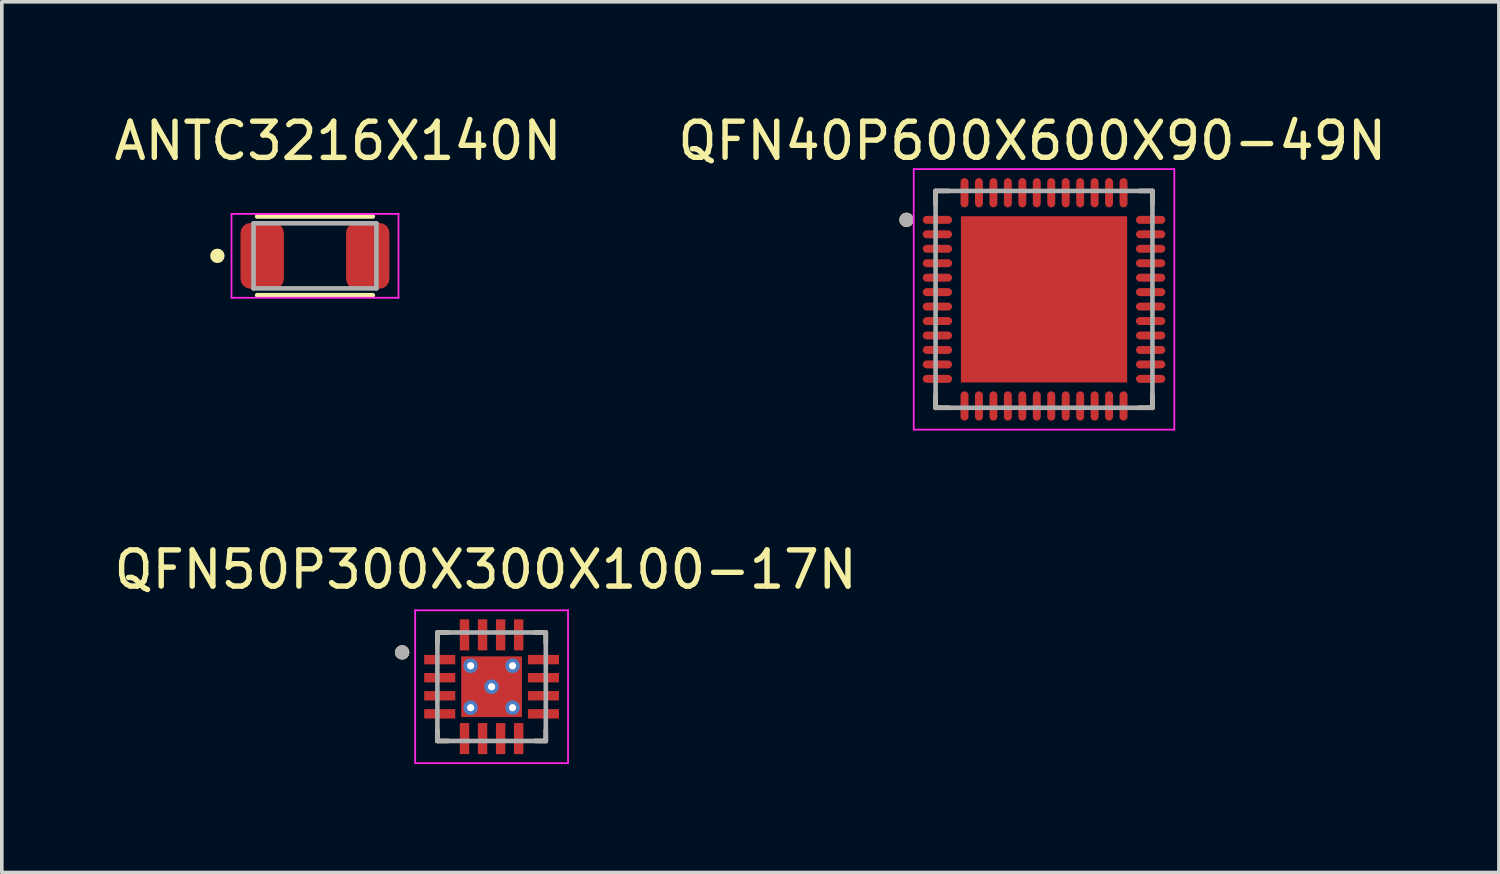
<source format=kicad_pcb>
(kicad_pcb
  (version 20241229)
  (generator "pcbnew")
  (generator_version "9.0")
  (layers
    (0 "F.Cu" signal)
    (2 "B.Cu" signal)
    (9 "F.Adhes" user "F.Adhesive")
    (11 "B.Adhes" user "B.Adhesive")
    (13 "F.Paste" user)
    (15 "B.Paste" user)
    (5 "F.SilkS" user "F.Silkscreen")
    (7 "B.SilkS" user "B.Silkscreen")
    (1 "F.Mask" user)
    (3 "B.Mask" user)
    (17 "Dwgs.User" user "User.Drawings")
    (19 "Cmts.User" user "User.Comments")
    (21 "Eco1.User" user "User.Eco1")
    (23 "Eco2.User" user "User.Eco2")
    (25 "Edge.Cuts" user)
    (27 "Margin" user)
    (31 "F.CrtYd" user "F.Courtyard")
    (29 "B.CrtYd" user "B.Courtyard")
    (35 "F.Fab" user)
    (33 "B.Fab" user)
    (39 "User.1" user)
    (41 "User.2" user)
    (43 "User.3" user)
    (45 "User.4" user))
  (footprint "QFN40P600X600X90-49N"
    (layer "F.Cu")
    (at 25.837 5.233)
    (property "Reference" "QFN40P600X600X90-49N" (at -0.325 -4.385 0) (layer "F.SilkS") (effects (font (size 1 1) (thickness 0.15))))
    (attr smd)
    (fp_line (start -3 -3) (end -2.63 -3) (stroke (width 0.127) (type solid)) (layer "F.SilkS"))
    (fp_line (start -3 -2.63) (end -3 -3) (stroke (width 0.127) (type solid)) (layer "F.SilkS"))
    (fp_line (start -3 3) (end -3 2.63) (stroke (width 0.127) (type solid)) (layer "F.SilkS"))
    (fp_line (start -2.63 3) (end -3 3) (stroke (width 0.127) (type solid)) (layer "F.SilkS"))
    (fp_line (start 2.63 -3) (end 3 -3) (stroke (width 0.127) (type solid)) (layer "F.SilkS"))
    (fp_line (start 3 -3) (end 3 -2.63) (stroke (width 0.127) (type solid)) (layer "F.SilkS"))
    (fp_line (start 3 2.63) (end 3 3) (stroke (width 0.127) (type solid)) (layer "F.SilkS"))
    (fp_line (start 3 3) (end 2.63 3) (stroke (width 0.127) (type solid)) (layer "F.SilkS"))
    (fp_circle (center -3.805 -2.2) (end -3.705 -2.2) (stroke (width 0.2) (type solid)) (fill no) (layer "F.SilkS"))
    (fp_poly (pts (xy -1.965 -1.965) (xy -0.335 -1.965) (xy -0.335 -0.335) (xy -1.965 -0.335)) (stroke (width 0.01) (type solid)) (fill yes) (layer "F.Paste"))
    (fp_poly (pts (xy -1.965 0.335) (xy -0.335 0.335) (xy -0.335 1.965) (xy -1.965 1.965)) (stroke (width 0.01) (type solid)) (fill yes) (layer "F.Paste"))
    (fp_poly (pts (xy 0.335 -1.965) (xy 1.965 -1.965) (xy 1.965 -0.335) (xy 0.335 -0.335)) (stroke (width 0.01) (type solid)) (fill yes) (layer "F.Paste"))
    (fp_poly (pts (xy 0.335 0.335) (xy 1.965 0.335) (xy 1.965 1.965) (xy 0.335 1.965)) (stroke (width 0.01) (type solid)) (fill yes) (layer "F.Paste"))
    (fp_line (start -3.605 -3.605) (end 3.605 -3.605) (stroke (width 0.05) (type solid)) (layer "F.CrtYd"))
    (fp_line (start -3.605 3.605) (end -3.605 -3.605) (stroke (width 0.05) (type solid)) (layer "F.CrtYd"))
    (fp_line (start 3.605 -3.605) (end 3.605 3.605) (stroke (width 0.05) (type solid)) (layer "F.CrtYd"))
    (fp_line (start 3.605 3.605) (end -3.605 3.605) (stroke (width 0.05) (type solid)) (layer "F.CrtYd"))
    (fp_line (start -3 -3) (end 3 -3) (stroke (width 0.127) (type solid)) (layer "F.Fab"))
    (fp_line (start -3 3) (end -3 -3) (stroke (width 0.127) (type solid)) (layer "F.Fab"))
    (fp_line (start 3 -3) (end 3 3) (stroke (width 0.127) (type solid)) (layer "F.Fab"))
    (fp_line (start 3 3) (end -3 3) (stroke (width 0.127) (type solid)) (layer "F.Fab"))
    (fp_circle (center -3.805 -2.2) (end -3.705 -2.2) (stroke (width 0.2) (type solid)) (fill no) (layer "F.Fab"))
    (pad "1" smd oval (at -2.95 -2.2) (size 0.81 0.22) (layers "F.Cu" "F.Mask" "F.Paste"))
    (pad "2" smd oval (at -2.95 -1.8) (size 0.81 0.22) (layers "F.Cu" "F.Mask" "F.Paste"))
    (pad "3" smd oval (at -2.95 -1.4) (size 0.81 0.22) (layers "F.Cu" "F.Mask" "F.Paste"))
    (pad "4" smd oval (at -2.95 -1) (size 0.81 0.22) (layers "F.Cu" "F.Mask" "F.Paste"))
    (pad "5" smd oval (at -2.95 -0.6) (size 0.81 0.22) (layers "F.Cu" "F.Mask" "F.Paste"))
    (pad "6" smd oval (at -2.95 -0.2) (size 0.81 0.22) (layers "F.Cu" "F.Mask" "F.Paste"))
    (pad "7" smd oval (at -2.95 0.2) (size 0.81 0.22) (layers "F.Cu" "F.Mask" "F.Paste"))
    (pad "8" smd oval (at -2.95 0.6) (size 0.81 0.22) (layers "F.Cu" "F.Mask" "F.Paste"))
    (pad "9" smd oval (at -2.95 1) (size 0.81 0.22) (layers "F.Cu" "F.Mask" "F.Paste"))
    (pad "10" smd oval (at -2.95 1.4) (size 0.81 0.22) (layers "F.Cu" "F.Mask" "F.Paste"))
    (pad "11" smd oval (at -2.95 1.8) (size 0.81 0.22) (layers "F.Cu" "F.Mask" "F.Paste"))
    (pad "12" smd oval (at -2.95 2.2) (size 0.81 0.22) (layers "F.Cu" "F.Mask" "F.Paste"))
    (pad "13" smd oval (at -2.2 2.95 90) (size 0.81 0.22) (layers "F.Cu" "F.Mask" "F.Paste"))
    (pad "14" smd oval (at -1.8 2.95 90) (size 0.81 0.22) (layers "F.Cu" "F.Mask" "F.Paste"))
    (pad "15" smd oval (at -1.4 2.95 90) (size 0.81 0.22) (layers "F.Cu" "F.Mask" "F.Paste"))
    (pad "16" smd oval (at -1 2.95 90) (size 0.81 0.22) (layers "F.Cu" "F.Mask" "F.Paste"))
    (pad "17" smd oval (at -0.6 2.95 90) (size 0.81 0.22) (layers "F.Cu" "F.Mask" "F.Paste"))
    (pad "18" smd oval (at -0.2 2.95 90) (size 0.81 0.22) (layers "F.Cu" "F.Mask" "F.Paste"))
    (pad "19" smd oval (at 0.2 2.95 90) (size 0.81 0.22) (layers "F.Cu" "F.Mask" "F.Paste"))
    (pad "20" smd oval (at 0.6 2.95 90) (size 0.81 0.22) (layers "F.Cu" "F.Mask" "F.Paste"))
    (pad "21" smd oval (at 1 2.95 90) (size 0.81 0.22) (layers "F.Cu" "F.Mask" "F.Paste"))
    (pad "22" smd oval (at 1.4 2.95 90) (size 0.81 0.22) (layers "F.Cu" "F.Mask" "F.Paste"))
    (pad "23" smd oval (at 1.8 2.95 90) (size 0.81 0.22) (layers "F.Cu" "F.Mask" "F.Paste"))
    (pad "24" smd oval (at 2.2 2.95 90) (size 0.81 0.22) (layers "F.Cu" "F.Mask" "F.Paste"))
    (pad "25" smd oval (at 2.95 2.2 180) (size 0.81 0.22) (layers "F.Cu" "F.Mask" "F.Paste"))
    (pad "26" smd oval (at 2.95 1.8 180) (size 0.81 0.22) (layers "F.Cu" "F.Mask" "F.Paste"))
    (pad "27" smd oval (at 2.95 1.4 180) (size 0.81 0.22) (layers "F.Cu" "F.Mask" "F.Paste"))
    (pad "28" smd oval (at 2.95 1 180) (size 0.81 0.22) (layers "F.Cu" "F.Mask" "F.Paste"))
    (pad "29" smd oval (at 2.95 0.6 180) (size 0.81 0.22) (layers "F.Cu" "F.Mask" "F.Paste"))
    (pad "30" smd oval (at 2.95 0.2 180) (size 0.81 0.22) (layers "F.Cu" "F.Mask" "F.Paste"))
    (pad "31" smd oval (at 2.95 -0.2 180) (size 0.81 0.22) (layers "F.Cu" "F.Mask" "F.Paste"))
    (pad "32" smd oval (at 2.95 -0.6 180) (size 0.81 0.22) (layers "F.Cu" "F.Mask" "F.Paste"))
    (pad "33" smd oval (at 2.95 -1 180) (size 0.81 0.22) (layers "F.Cu" "F.Mask" "F.Paste"))
    (pad "34" smd oval (at 2.95 -1.4 180) (size 0.81 0.22) (layers "F.Cu" "F.Mask" "F.Paste"))
    (pad "35" smd oval (at 2.95 -1.8 180) (size 0.81 0.22) (layers "F.Cu" "F.Mask" "F.Paste"))
    (pad "36" smd oval (at 2.95 -2.2 180) (size 0.81 0.22) (layers "F.Cu" "F.Mask" "F.Paste"))
    (pad "37" smd oval (at 2.2 -2.95 270) (size 0.81 0.22) (layers "F.Cu" "F.Mask" "F.Paste"))
    (pad "38" smd oval (at 1.8 -2.95 270) (size 0.81 0.22) (layers "F.Cu" "F.Mask" "F.Paste"))
    (pad "39" smd oval (at 1.4 -2.95 270) (size 0.81 0.22) (layers "F.Cu" "F.Mask" "F.Paste"))
    (pad "40" smd oval (at 1 -2.95 270) (size 0.81 0.22) (layers "F.Cu" "F.Mask" "F.Paste"))
    (pad "41" smd oval (at 0.6 -2.95 270) (size 0.81 0.22) (layers "F.Cu" "F.Mask" "F.Paste"))
    (pad "42" smd oval (at 0.2 -2.95 270) (size 0.81 0.22) (layers "F.Cu" "F.Mask" "F.Paste"))
    (pad "43" smd oval (at -0.2 -2.95 270) (size 0.81 0.22) (layers "F.Cu" "F.Mask" "F.Paste"))
    (pad "44" smd oval (at -0.6 -2.95 270) (size 0.81 0.22) (layers "F.Cu" "F.Mask" "F.Paste"))
    (pad "45" smd oval (at -1 -2.95 270) (size 0.81 0.22) (layers "F.Cu" "F.Mask" "F.Paste"))
    (pad "46" smd oval (at -1.4 -2.95 270) (size 0.81 0.22) (layers "F.Cu" "F.Mask" "F.Paste"))
    (pad "47" smd oval (at -1.8 -2.95 270) (size 0.81 0.22) (layers "F.Cu" "F.Mask" "F.Paste"))
    (pad "48" smd oval (at -2.2 -2.95 270) (size 0.81 0.22) (layers "F.Cu" "F.Mask" "F.Paste"))
    (pad "49" smd rect (at 0 0) (size 4.6 4.6) (layers "F.Cu" "F.Mask")))
  (footprint "QFN50P300X300X100-17N"
    (layer "F.Cu")
    (at 10.552 15.951)
    (property "Reference" "QFN50P300X300X100-17N" (at -0.165 -3.24 0) (layer "F.SilkS") (effects (font (size 1 1) (thickness 0.15))))
    (attr smd)
    (fp_line (start -1.5 -1.5) (end -1.5 -1.2) (stroke (width 0.127) (type solid)) (layer "F.SilkS"))
    (fp_line (start -1.5 -1.5) (end -1.2 -1.5) (stroke (width 0.127) (type solid)) (layer "F.SilkS"))
    (fp_line (start -1.5 1.5) (end -1.5 1.2) (stroke (width 0.127) (type solid)) (layer "F.SilkS"))
    (fp_line (start -1.5 1.5) (end -1.2 1.5) (stroke (width 0.127) (type solid)) (layer "F.SilkS"))
    (fp_line (start 1.5 -1.5) (end 1.2 -1.5) (stroke (width 0.127) (type solid)) (layer "F.SilkS"))
    (fp_line (start 1.5 -1.5) (end 1.5 -1.2) (stroke (width 0.127) (type solid)) (layer "F.SilkS"))
    (fp_line (start 1.5 1.5) (end 1.2 1.5) (stroke (width 0.127) (type solid)) (layer "F.SilkS"))
    (fp_line (start 1.5 1.5) (end 1.5 1.2) (stroke (width 0.127) (type solid)) (layer "F.SilkS"))
    (fp_circle (center -2.475 -0.95) (end -2.375 -0.95) (stroke (width 0.2) (type solid)) (fill no) (layer "F.SilkS"))
    (fp_poly (pts (xy -0.53 -0.53) (xy 0.53 -0.53) (xy 0.53 0.53) (xy -0.53 0.53)) (stroke (width 0.01) (type solid)) (fill yes) (layer "F.Paste"))
    (fp_line (start -2.115 -2.115) (end 2.115 -2.115) (stroke (width 0.05) (type solid)) (layer "F.CrtYd"))
    (fp_line (start -2.115 2.115) (end -2.115 -2.115) (stroke (width 0.05) (type solid)) (layer "F.CrtYd"))
    (fp_line (start -2.115 2.115) (end 2.115 2.115) (stroke (width 0.05) (type solid)) (layer "F.CrtYd"))
    (fp_line (start 2.115 2.115) (end 2.115 -2.115) (stroke (width 0.05) (type solid)) (layer "F.CrtYd"))
    (fp_line (start -1.5 1.5) (end -1.5 -1.5) (stroke (width 0.127) (type solid)) (layer "F.Fab"))
    (fp_line (start 1.5 -1.5) (end -1.5 -1.5) (stroke (width 0.127) (type solid)) (layer "F.Fab"))
    (fp_line (start 1.5 1.5) (end -1.5 1.5) (stroke (width 0.127) (type solid)) (layer "F.Fab"))
    (fp_line (start 1.5 1.5) (end 1.5 -1.5) (stroke (width 0.127) (type solid)) (layer "F.Fab"))
    (fp_circle (center -2.475 -0.95) (end -2.375 -0.95) (stroke (width 0.2) (type solid)) (fill no) (layer "F.Fab"))
    (pad "1" smd roundrect (at -1.435 -0.75) (size 0.86 0.26) (layers "F.Cu" "F.Mask" "F.Paste") (roundrect_rratio 0.03))
    (pad "2" smd roundrect (at -1.435 -0.25) (size 0.86 0.26) (layers "F.Cu" "F.Mask" "F.Paste") (roundrect_rratio 0.03))
    (pad "3" smd roundrect (at -1.435 0.25) (size 0.86 0.26) (layers "F.Cu" "F.Mask" "F.Paste") (roundrect_rratio 0.03))
    (pad "4" smd roundrect (at -1.435 0.75) (size 0.86 0.26) (layers "F.Cu" "F.Mask" "F.Paste") (roundrect_rratio 0.03))
    (pad "5" smd roundrect (at -0.75 1.435 90) (size 0.86 0.26) (layers "F.Cu" "F.Mask" "F.Paste") (roundrect_rratio 0.03))
    (pad "6" smd roundrect (at -0.25 1.435 90) (size 0.86 0.26) (layers "F.Cu" "F.Mask" "F.Paste") (roundrect_rratio 0.03))
    (pad "7" smd roundrect (at 0.25 1.435 90) (size 0.86 0.26) (layers "F.Cu" "F.Mask" "F.Paste") (roundrect_rratio 0.03))
    (pad "8" smd roundrect (at 0.75 1.435 90) (size 0.86 0.26) (layers "F.Cu" "F.Mask" "F.Paste") (roundrect_rratio 0.03))
    (pad "9" smd roundrect (at 1.435 0.75) (size 0.86 0.26) (layers "F.Cu" "F.Mask" "F.Paste") (roundrect_rratio 0.03))
    (pad "10" smd roundrect (at 1.435 0.25) (size 0.86 0.26) (layers "F.Cu" "F.Mask" "F.Paste") (roundrect_rratio 0.03))
    (pad "11" smd roundrect (at 1.435 -0.25) (size 0.86 0.26) (layers "F.Cu" "F.Mask" "F.Paste") (roundrect_rratio 0.03))
    (pad "12" smd roundrect (at 1.435 -0.75) (size 0.86 0.26) (layers "F.Cu" "F.Mask" "F.Paste") (roundrect_rratio 0.03))
    (pad "13" smd roundrect (at 0.75 -1.435 90) (size 0.86 0.26) (layers "F.Cu" "F.Mask" "F.Paste") (roundrect_rratio 0.03))
    (pad "14" smd roundrect (at 0.25 -1.435 90) (size 0.86 0.26) (layers "F.Cu" "F.Mask" "F.Paste") (roundrect_rratio 0.03))
    (pad "15" smd roundrect (at -0.25 -1.435 90) (size 0.86 0.26) (layers "F.Cu" "F.Mask" "F.Paste") (roundrect_rratio 0.03))
    (pad "16" smd roundrect (at -0.75 -1.435 90) (size 0.86 0.26) (layers "F.Cu" "F.Mask" "F.Paste") (roundrect_rratio 0.03))
    (pad "17" smd rect (at 0 0) (size 1.68 1.68) (layers "F.Cu" "F.Mask"))
    (pad "18" thru_hole circle (at 0 0) (size 0.4 0.4) (drill 0.2) (layers "*.Cu"))
    (pad "19" thru_hole circle (at -0.58 -0.58) (size 0.4 0.4) (drill 0.2) (layers "*.Cu"))
    (pad "20" thru_hole circle (at 0.58 -0.58) (size 0.4 0.4) (drill 0.2) (layers "*.Cu"))
    (pad "21" thru_hole circle (at -0.58 0.58) (size 0.4 0.4) (drill 0.2) (layers "*.Cu"))
    (pad "22" thru_hole circle (at 0.58 0.58) (size 0.4 0.4) (drill 0.2) (layers "*.Cu")))
  (footprint "ANTC3216X140N"
    (layer "F.Cu")
    (at 5.665 4.029)
    (property "Reference" "ANTC3216X140N" (at 0.636 -3.18 0) (layer "F.SilkS") (effects (font (size 1.002 1.002) (thickness 0.15))))
    (attr smd)
    (fp_line (start -1.6 -1.09) (end 1.6 -1.09) (stroke (width 0.127) (type solid)) (layer "F.SilkS"))
    (fp_line (start -1.6 1.09) (end 1.6 1.09) (stroke (width 0.127) (type solid)) (layer "F.SilkS"))
    (fp_circle (center -2.7 0) (end -2.6 0) (stroke (width 0.2) (type solid)) (fill no) (layer "F.SilkS"))
    (fp_line (start -2.31 -1.16) (end 2.31 -1.16) (stroke (width 0.05) (type solid)) (layer "F.CrtYd"))
    (fp_line (start -2.31 1.16) (end -2.31 -1.16) (stroke (width 0.05) (type solid)) (layer "F.CrtYd"))
    (fp_line (start 2.31 -1.16) (end 2.31 1.16) (stroke (width 0.05) (type solid)) (layer "F.CrtYd"))
    (fp_line (start 2.31 1.16) (end -2.31 1.16) (stroke (width 0.05) (type solid)) (layer "F.CrtYd"))
    (fp_line (start -1.7 -0.9) (end 1.7 -0.9) (stroke (width 0.127) (type solid)) (layer "F.Fab"))
    (fp_line (start -1.7 0.9) (end -1.7 -0.9) (stroke (width 0.127) (type solid)) (layer "F.Fab"))
    (fp_line (start 1.7 -0.9) (end 1.7 0.9) (stroke (width 0.127) (type solid)) (layer "F.Fab"))
    (fp_line (start 1.7 0.9) (end -1.7 0.9) (stroke (width 0.127) (type solid)) (layer "F.Fab"))
    (pad "1" smd roundrect (at -1.46 0 180) (size 1.2 1.82) (layers "F.Cu" "F.Mask" "F.Paste") (roundrect_rratio 0.23))
    (pad "2" smd roundrect (at 1.46 0 180) (size 1.2 1.82) (layers "F.Cu" "F.Mask" "F.Paste") (roundrect_rratio 0.23)))
  (gr_rect
    (start -3 -3)
    (end 38.423 21.091)
    (stroke (width 0.1) (type default))
    (fill no)
    (layer "Edge.Cuts")))
</source>
